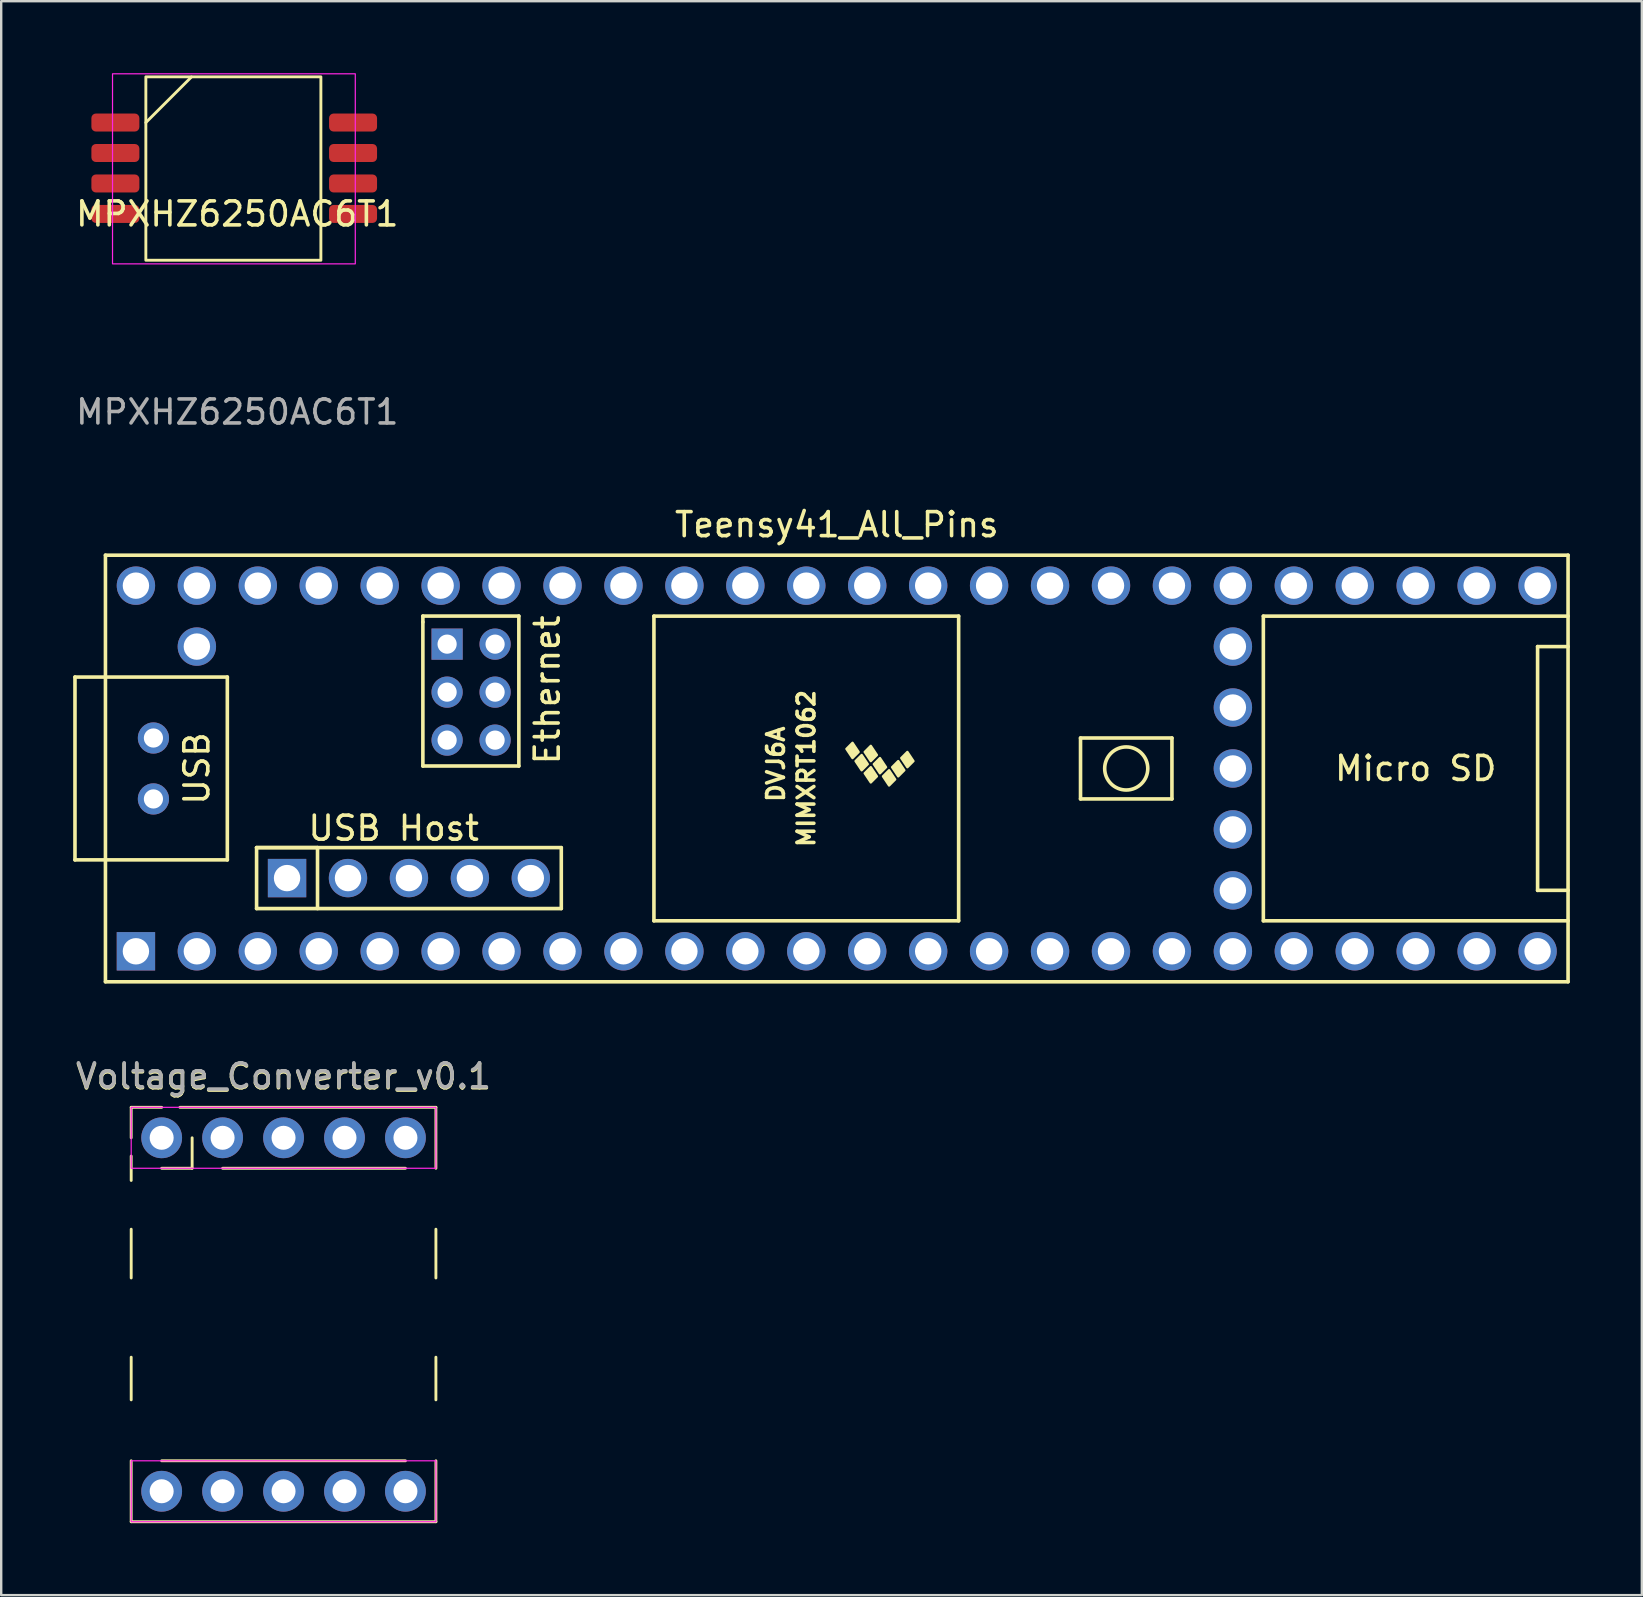
<source format=kicad_pcb>
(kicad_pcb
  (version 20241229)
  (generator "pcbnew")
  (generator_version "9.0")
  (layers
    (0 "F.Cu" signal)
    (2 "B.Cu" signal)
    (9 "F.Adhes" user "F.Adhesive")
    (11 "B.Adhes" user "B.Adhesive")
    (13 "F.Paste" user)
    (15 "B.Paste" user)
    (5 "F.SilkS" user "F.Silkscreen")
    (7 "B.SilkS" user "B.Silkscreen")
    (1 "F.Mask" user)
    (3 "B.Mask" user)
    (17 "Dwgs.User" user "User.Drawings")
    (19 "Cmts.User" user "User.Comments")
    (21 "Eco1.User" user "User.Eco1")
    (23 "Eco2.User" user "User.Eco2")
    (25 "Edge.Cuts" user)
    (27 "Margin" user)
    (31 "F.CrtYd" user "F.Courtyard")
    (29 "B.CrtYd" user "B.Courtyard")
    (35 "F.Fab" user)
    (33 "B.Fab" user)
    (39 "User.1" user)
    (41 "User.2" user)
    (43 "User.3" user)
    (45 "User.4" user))
  (footprint "Voltage_Converter_v0.1"
    (layer "F.Cu")
    (at 8.768 51.992)
    (property "Reference" "Voltage_Converter_v0.1" (at 0 -10.16 0) (unlocked yes) (layer "F.SilkS") (effects (font (size 1 1) (thickness 0.15))))
    (attr through_hole)
    (fp_line (start -6.35 -8.89) (end -5.08 -8.89) (stroke (width 0.12) (type default)) (layer "F.SilkS"))
    (fp_line (start -6.35 -7.62) (end -6.35 -8.89) (stroke (width 0.12) (type default)) (layer "F.SilkS"))
    (fp_line (start -6.35 -5.842) (end -6.35 -6.858) (stroke (width 0.12) (type default)) (layer "F.SilkS"))
    (fp_line (start -6.35 -3.81) (end -6.35 -1.778) (stroke (width 0.12) (type default)) (layer "F.SilkS"))
    (fp_line (start -6.35 1.524) (end -6.35 3.302) (stroke (width 0.12) (type default)) (layer "F.SilkS"))
    (fp_line (start -6.35 8.382) (end -6.35 5.842) (stroke (width 0.12) (type default)) (layer "F.SilkS"))
    (fp_line (start -5.08 -6.35) (end -3.81 -6.35) (stroke (width 0.12) (type default)) (layer "F.SilkS"))
    (fp_line (start -5.08 5.842) (end 5.08 5.842) (stroke (width 0.12) (type default)) (layer "F.SilkS"))
    (fp_line (start -4.318 -8.89) (end 6.35 -8.89) (stroke (width 0.12) (type default)) (layer "F.SilkS"))
    (fp_line (start -3.81 -6.35) (end -3.81 -7.62) (stroke (width 0.12) (type default)) (layer "F.SilkS"))
    (fp_line (start -2.54 -6.35) (end 5.08 -6.35) (stroke (width 0.12) (type default)) (layer "F.SilkS"))
    (fp_line (start 6.35 -8.89) (end 6.35 -6.35) (stroke (width 0.12) (type default)) (layer "F.SilkS"))
    (fp_line (start 6.35 -3.81) (end 6.35 -1.778) (stroke (width 0.12) (type default)) (layer "F.SilkS"))
    (fp_line (start 6.35 1.524) (end 6.35 3.302) (stroke (width 0.12) (type default)) (layer "F.SilkS"))
    (fp_line (start 6.35 5.842) (end 6.35 8.382) (stroke (width 0.12) (type default)) (layer "F.SilkS"))
    (fp_line (start 6.35 8.382) (end -6.35 8.382) (stroke (width 0.12) (type default)) (layer "F.SilkS"))
    (fp_rect (start -6.35 -8.89) (end 6.35 -6.35) (stroke (width 0.05) (type default)) (fill no) (layer "F.CrtYd"))
    (fp_rect (start -6.35 5.842) (end 6.35 8.382) (stroke (width 0.05) (type default)) (fill no) (layer "F.CrtYd"))
    (fp_text user "${REFERENCE}" (at 0 -10.2 0) (unlocked yes) (layer "F.Fab") (effects (font (size 1 1) (thickness 0.15))))
    (pad "1" thru_hole circle (at -5.08 -7.62) (size 1.7 1.7) (drill 1) (layers "*.Cu" "*.Mask"))
    (pad "2" thru_hole circle (at -2.54 -7.62) (size 1.7 1.7) (drill 1) (layers "*.Cu" "*.Mask"))
    (pad "3" thru_hole circle (at 0 -7.62) (size 1.7 1.7) (drill 1) (layers "*.Cu" "*.Mask"))
    (pad "4" thru_hole circle (at 2.54 -7.62) (size 1.7 1.7) (drill 1) (layers "*.Cu" "*.Mask"))
    (pad "5" thru_hole circle (at 5.08 -7.62) (size 1.7 1.7) (drill 1) (layers "*.Cu" "*.Mask"))
    (pad "6" thru_hole circle (at -5.08 7.112) (size 1.7 1.7) (drill 1) (layers "*.Cu" "*.Mask"))
    (pad "7" thru_hole circle (at -2.54 7.112) (size 1.7 1.7) (drill 1) (layers "*.Cu" "*.Mask"))
    (pad "8" thru_hole circle (at 0 7.112) (size 1.7 1.7) (drill 1) (layers "*.Cu" "*.Mask"))
    (pad "9" thru_hole circle (at 2.54 7.112) (size 1.7 1.7) (drill 1) (layers "*.Cu" "*.Mask"))
    (pad "10" thru_hole circle (at 5.08 7.112) (size 1.7 1.7) (drill 1) (layers "*.Cu" "*.Mask")))
  (footprint "MPXHZ6250AC6T1"
    (layer "F.Cu")
    (at 6.839 3.327)
    (property "Reference" "MPXHZ6250AC6T1" (at 0 2.54 0) (unlocked yes) (layer "F.SilkS") (effects (font (size 1 1) (thickness 0.15))))
    (attr smd)
    (fp_line (start -3.81 -1.27) (end -1.91 -3.17) (stroke (width 0.12) (type default)) (layer "F.SilkS"))
    (fp_rect (start -3.81 -3.175) (end 3.485 4.47) (stroke (width 0.12) (type default)) (fill no) (layer "F.SilkS"))
    (fp_rect (start -5.199 -3.302) (end 4.919 4.62) (stroke (width 0.05) (type default)) (fill no) (layer "F.CrtYd"))
    (fp_text user "${REFERENCE}" (at 0 10.795 0) (unlocked yes) (layer "F.Fab") (effects (font (size 1 1) (thickness 0.15))))
    (pad "1" smd roundrect (at -5.08 -1.27) (size 2 0.75) (layers "F.Cu" "F.Mask" "F.Paste") (roundrect_rratio 0.25))
    (pad "2" smd roundrect (at -5.08 0) (size 2 0.75) (layers "F.Cu" "F.Mask" "F.Paste") (roundrect_rratio 0.25))
    (pad "3" smd roundrect (at -5.08 1.27) (size 2 0.75) (layers "F.Cu" "F.Mask" "F.Paste") (roundrect_rratio 0.25))
    (pad "4" smd roundrect (at -5.08 2.54) (size 2 0.75) (layers "F.Cu" "F.Mask" "F.Paste") (roundrect_rratio 0.25))
    (pad "5" smd roundrect (at 4.826 2.54) (size 2 0.75) (layers "F.Cu" "F.Mask" "F.Paste") (roundrect_rratio 0.25))
    (pad "6" smd roundrect (at 4.826 1.27) (size 2 0.75) (layers "F.Cu" "F.Mask" "F.Paste") (roundrect_rratio 0.25))
    (pad "7" smd roundrect (at 4.826 0) (size 2 0.75) (layers "F.Cu" "F.Mask" "F.Paste") (roundrect_rratio 0.25))
    (pad "8" smd roundrect (at 4.826 -1.27) (size 2 0.75) (layers "F.Cu" "F.Mask" "F.Paste") (roundrect_rratio 0.25)))
  (footprint "Teensy41_All_Pins"
    (layer "F.Cu")
    (at 31.825 28.979)
    (property "Reference" "Teensy41_All_Pins" (at 0 -10.16 0) (layer "F.SilkS") (effects (font (size 1 1) (thickness 0.15))))
    (attr through_hole)
    (fp_line (start -31.75 -3.81) (end -30.48 -3.81) (stroke (width 0.15) (type solid)) (layer "F.SilkS"))
    (fp_line (start -31.75 3.81) (end -31.75 -3.81) (stroke (width 0.15) (type solid)) (layer "F.SilkS"))
    (fp_line (start -30.48 -8.89) (end 30.48 -8.89) (stroke (width 0.15) (type solid)) (layer "F.SilkS"))
    (fp_line (start -30.48 3.81) (end -31.75 3.81) (stroke (width 0.15) (type solid)) (layer "F.SilkS"))
    (fp_line (start -30.48 8.89) (end -30.48 -8.89) (stroke (width 0.15) (type solid)) (layer "F.SilkS"))
    (fp_line (start -25.4 -3.81) (end -30.48 -3.81) (stroke (width 0.15) (type solid)) (layer "F.SilkS"))
    (fp_line (start -25.4 3.81) (end -30.48 3.81) (stroke (width 0.15) (type solid)) (layer "F.SilkS"))
    (fp_line (start -25.4 3.81) (end -25.4 -3.81) (stroke (width 0.15) (type solid)) (layer "F.SilkS"))
    (fp_line (start -24.181 3.299) (end -21.641 3.299) (stroke (width 0.15) (type solid)) (layer "F.SilkS"))
    (fp_line (start -24.181 3.299) (end -11.481 3.299) (stroke (width 0.15) (type solid)) (layer "F.SilkS"))
    (fp_line (start -24.181 5.839) (end -24.181 3.299) (stroke (width 0.15) (type solid)) (layer "F.SilkS"))
    (fp_line (start -21.641 3.299) (end -21.641 5.839) (stroke (width 0.15) (type solid)) (layer "F.SilkS"))
    (fp_line (start -17.25 -6.352) (end -17.25 -6.102) (stroke (width 0.15) (type solid)) (layer "F.SilkS"))
    (fp_line (start -17.25 -6.102) (end -17.25 -0.102) (stroke (width 0.15) (type solid)) (layer "F.SilkS"))
    (fp_line (start -17.25 -0.102) (end -13.25 -0.102) (stroke (width 0.15) (type solid)) (layer "F.SilkS"))
    (fp_line (start -13.25 -6.352) (end -17.25 -6.352) (stroke (width 0.15) (type solid)) (layer "F.SilkS"))
    (fp_line (start -13.25 -0.102) (end -13.25 -6.352) (stroke (width 0.15) (type solid)) (layer "F.SilkS"))
    (fp_line (start -11.481 3.299) (end -11.481 5.839) (stroke (width 0.15) (type solid)) (layer "F.SilkS"))
    (fp_line (start -11.481 5.839) (end -24.181 5.839) (stroke (width 0.15) (type solid)) (layer "F.SilkS"))
    (fp_line (start -7.62 -6.35) (end -7.62 6.35) (stroke (width 0.15) (type solid)) (layer "F.SilkS"))
    (fp_line (start -7.62 6.35) (end 5.08 6.35) (stroke (width 0.15) (type solid)) (layer "F.SilkS"))
    (fp_line (start 5.08 -6.35) (end -7.62 -6.35) (stroke (width 0.15) (type solid)) (layer "F.SilkS"))
    (fp_line (start 5.08 6.35) (end 5.08 -6.35) (stroke (width 0.15) (type solid)) (layer "F.SilkS"))
    (fp_line (start 10.16 -1.27) (end 13.97 -1.27) (stroke (width 0.15) (type solid)) (layer "F.SilkS"))
    (fp_line (start 10.16 1.27) (end 10.16 -1.27) (stroke (width 0.15) (type solid)) (layer "F.SilkS"))
    (fp_line (start 13.97 -1.27) (end 13.97 1.27) (stroke (width 0.15) (type solid)) (layer "F.SilkS"))
    (fp_line (start 13.97 1.27) (end 10.16 1.27) (stroke (width 0.15) (type solid)) (layer "F.SilkS"))
    (fp_line (start 17.78 -6.35) (end 17.78 6.35) (stroke (width 0.15) (type solid)) (layer "F.SilkS"))
    (fp_line (start 17.78 6.35) (end 30.48 6.35) (stroke (width 0.15) (type solid)) (layer "F.SilkS"))
    (fp_line (start 29.21 -5.08) (end 29.21 5.08) (stroke (width 0.15) (type solid)) (layer "F.SilkS"))
    (fp_line (start 29.21 5.08) (end 30.48 5.08) (stroke (width 0.15) (type solid)) (layer "F.SilkS"))
    (fp_line (start 30.48 -8.89) (end 30.48 8.89) (stroke (width 0.15) (type solid)) (layer "F.SilkS"))
    (fp_line (start 30.48 -6.35) (end 17.78 -6.35) (stroke (width 0.15) (type solid)) (layer "F.SilkS"))
    (fp_line (start 30.48 -5.08) (end 29.21 -5.08) (stroke (width 0.15) (type solid)) (layer "F.SilkS"))
    (fp_line (start 30.48 8.89) (end -30.48 8.89) (stroke (width 0.15) (type solid)) (layer "F.SilkS"))
    (fp_circle (center 12.065 0) (end 12.7 -0.635) (stroke (width 0.15) (type solid)) (fill no) (layer "F.SilkS"))
    (fp_poly (pts (xy 0.911 -0.688) (xy 0.657 -0.434) (xy 0.403 -0.815) (xy 0.657 -1.069)) (stroke (width 0.1) (type solid)) (fill yes) (layer "F.SilkS"))
    (fp_poly (pts (xy 1.292 -0.18) (xy 1.038 0.074) (xy 0.784 -0.307) (xy 1.038 -0.561)) (stroke (width 0.1) (type solid)) (fill yes) (layer "F.SilkS"))
    (fp_poly (pts (xy 1.673 -0.561) (xy 1.419 -0.307) (xy 1.165 -0.688) (xy 1.419 -0.942)) (stroke (width 0.1) (type solid)) (fill yes) (layer "F.SilkS"))
    (fp_poly (pts (xy 1.673 0.328) (xy 1.419 0.582) (xy 1.165 0.201) (xy 1.419 -0.053)) (stroke (width 0.1) (type solid)) (fill yes) (layer "F.SilkS"))
    (fp_poly (pts (xy 2.054 -0.053) (xy 1.8 0.201) (xy 1.546 -0.18) (xy 1.8 -0.434)) (stroke (width 0.1) (type solid)) (fill yes) (layer "F.SilkS"))
    (fp_poly (pts (xy 2.435 0.455) (xy 2.181 0.709) (xy 1.927 0.328) (xy 2.181 0.074)) (stroke (width 0.1) (type solid)) (fill yes) (layer "F.SilkS"))
    (fp_poly (pts (xy 2.816 0.074) (xy 2.562 0.328) (xy 2.308 -0.053) (xy 2.562 -0.307)) (stroke (width 0.1) (type solid)) (fill yes) (layer "F.SilkS"))
    (fp_poly (pts (xy 3.197 -0.307) (xy 2.943 -0.053) (xy 2.689 -0.434) (xy 2.943 -0.688)) (stroke (width 0.1) (type solid)) (fill yes) (layer "F.SilkS"))
    (fp_text user "DVJ6A" (at -2.54 -0.18 270) (layer "F.SilkS") (effects (font (size 0.7 0.7) (thickness 0.15))))
    (fp_text user "USB Host" (at -18.466 2.489 0) (layer "F.SilkS") (effects (font (size 1 1) (thickness 0.15))))
    (fp_text user "MIMXRT1062" (at -1.27 0 270) (layer "F.SilkS") (effects (font (size 0.7 0.7) (thickness 0.15))))
    (fp_text user "Micro SD" (at 24.13 0 0) (layer "F.SilkS") (effects (font (size 1 1) (thickness 0.15))))
    (fp_text user "USB" (at -26.67 0 270) (layer "F.SilkS") (effects (font (size 1 1) (thickness 0.15))))
    (fp_text user "Ethernet" (at -12.065 -3.277 90) (layer "F.SilkS") (effects (font (size 1 1) (thickness 0.15))))
    (pad "1" thru_hole rect (at -29.21 7.62) (size 1.6 1.6) (drill 1.1) (layers "*.Cu" "*.Mask"))
    (pad "2" thru_hole circle (at -26.67 7.62) (size 1.6 1.6) (drill 1.1) (layers "*.Cu" "*.Mask"))
    (pad "3" thru_hole circle (at -24.13 7.62) (size 1.6 1.6) (drill 1.1) (layers "*.Cu" "*.Mask"))
    (pad "4" thru_hole circle (at -21.59 7.62) (size 1.6 1.6) (drill 1.1) (layers "*.Cu" "*.Mask"))
    (pad "5" thru_hole circle (at -19.05 7.62) (size 1.6 1.6) (drill 1.1) (layers "*.Cu" "*.Mask"))
    (pad "6" thru_hole circle (at -16.51 7.62) (size 1.6 1.6) (drill 1.1) (layers "*.Cu" "*.Mask"))
    (pad "7" thru_hole circle (at -13.97 7.62) (size 1.6 1.6) (drill 1.1) (layers "*.Cu" "*.Mask"))
    (pad "8" thru_hole circle (at -11.43 7.62) (size 1.6 1.6) (drill 1.1) (layers "*.Cu" "*.Mask"))
    (pad "9" thru_hole circle (at -8.89 7.62) (size 1.6 1.6) (drill 1.1) (layers "*.Cu" "*.Mask"))
    (pad "10" thru_hole circle (at -6.35 7.62) (size 1.6 1.6) (drill 1.1) (layers "*.Cu" "*.Mask"))
    (pad "11" thru_hole circle (at -3.81 7.62) (size 1.6 1.6) (drill 1.1) (layers "*.Cu" "*.Mask"))
    (pad "12" thru_hole circle (at -1.27 7.62) (size 1.6 1.6) (drill 1.1) (layers "*.Cu" "*.Mask"))
    (pad "13" thru_hole circle (at 1.27 7.62) (size 1.6 1.6) (drill 1.1) (layers "*.Cu" "*.Mask"))
    (pad "14" thru_hole circle (at 3.81 7.62) (size 1.6 1.6) (drill 1.1) (layers "*.Cu" "*.Mask"))
    (pad "15" thru_hole circle (at 6.35 7.62) (size 1.6 1.6) (drill 1.1) (layers "*.Cu" "*.Mask"))
    (pad "16" thru_hole circle (at 8.89 7.62) (size 1.6 1.6) (drill 1.1) (layers "*.Cu" "*.Mask"))
    (pad "17" thru_hole circle (at 11.43 7.62) (size 1.6 1.6) (drill 1.1) (layers "*.Cu" "*.Mask"))
    (pad "18" thru_hole circle (at 13.97 7.62) (size 1.6 1.6) (drill 1.1) (layers "*.Cu" "*.Mask"))
    (pad "19" thru_hole circle (at 16.51 7.62) (size 1.6 1.6) (drill 1.1) (layers "*.Cu" "*.Mask"))
    (pad "20" thru_hole circle (at 19.05 7.62) (size 1.6 1.6) (drill 1.1) (layers "*.Cu" "*.Mask"))
    (pad "21" thru_hole circle (at 21.59 7.62) (size 1.6 1.6) (drill 1.1) (layers "*.Cu" "*.Mask"))
    (pad "22" thru_hole circle (at 24.13 7.62) (size 1.6 1.6) (drill 1.1) (layers "*.Cu" "*.Mask"))
    (pad "23" thru_hole circle (at 26.67 7.62) (size 1.6 1.6) (drill 1.1) (layers "*.Cu" "*.Mask"))
    (pad "24" thru_hole circle (at 29.21 7.62) (size 1.6 1.6) (drill 1.1) (layers "*.Cu" "*.Mask"))
    (pad "25" thru_hole circle (at 29.21 -7.62) (size 1.6 1.6) (drill 1.1) (layers "*.Cu" "*.Mask"))
    (pad "26" thru_hole circle (at 26.67 -7.62) (size 1.6 1.6) (drill 1.1) (layers "*.Cu" "*.Mask"))
    (pad "27" thru_hole circle (at 24.13 -7.62) (size 1.6 1.6) (drill 1.1) (layers "*.Cu" "*.Mask"))
    (pad "28" thru_hole circle (at 21.59 -7.62) (size 1.6 1.6) (drill 1.1) (layers "*.Cu" "*.Mask"))
    (pad "29" thru_hole circle (at 19.05 -7.62) (size 1.6 1.6) (drill 1.1) (layers "*.Cu" "*.Mask"))
    (pad "30" thru_hole circle (at 16.51 -7.62) (size 1.6 1.6) (drill 1.1) (layers "*.Cu" "*.Mask"))
    (pad "31" thru_hole circle (at 13.97 -7.62) (size 1.6 1.6) (drill 1.1) (layers "*.Cu" "*.Mask"))
    (pad "32" thru_hole circle (at 11.43 -7.62) (size 1.6 1.6) (drill 1.1) (layers "*.Cu" "*.Mask"))
    (pad "33" thru_hole circle (at 8.89 -7.62) (size 1.6 1.6) (drill 1.1) (layers "*.Cu" "*.Mask"))
    (pad "34" thru_hole circle (at 6.35 -7.62) (size 1.6 1.6) (drill 1.1) (layers "*.Cu" "*.Mask"))
    (pad "35" thru_hole circle (at 3.81 -7.62) (size 1.6 1.6) (drill 1.1) (layers "*.Cu" "*.Mask"))
    (pad "36" thru_hole circle (at 1.27 -7.62) (size 1.6 1.6) (drill 1.1) (layers "*.Cu" "*.Mask"))
    (pad "37" thru_hole circle (at -1.27 -7.62) (size 1.6 1.6) (drill 1.1) (layers "*.Cu" "*.Mask"))
    (pad "38" thru_hole circle (at -3.81 -7.62) (size 1.6 1.6) (drill 1.1) (layers "*.Cu" "*.Mask"))
    (pad "39" thru_hole circle (at -6.35 -7.62) (size 1.6 1.6) (drill 1.1) (layers "*.Cu" "*.Mask"))
    (pad "40" thru_hole circle (at -8.89 -7.62) (size 1.6 1.6) (drill 1.1) (layers "*.Cu" "*.Mask"))
    (pad "41" thru_hole circle (at -11.43 -7.62) (size 1.6 1.6) (drill 1.1) (layers "*.Cu" "*.Mask"))
    (pad "42" thru_hole circle (at -13.97 -7.62) (size 1.6 1.6) (drill 1.1) (layers "*.Cu" "*.Mask"))
    (pad "43" thru_hole circle (at -16.51 -7.62) (size 1.6 1.6) (drill 1.1) (layers "*.Cu" "*.Mask"))
    (pad "44" thru_hole circle (at -19.05 -7.62) (size 1.6 1.6) (drill 1.1) (layers "*.Cu" "*.Mask"))
    (pad "45" thru_hole circle (at -21.59 -7.62) (size 1.6 1.6) (drill 1.1) (layers "*.Cu" "*.Mask"))
    (pad "46" thru_hole circle (at -24.13 -7.62) (size 1.6 1.6) (drill 1.1) (layers "*.Cu" "*.Mask"))
    (pad "47" thru_hole circle (at -26.67 -7.62) (size 1.6 1.6) (drill 1.1) (layers "*.Cu" "*.Mask"))
    (pad "48" thru_hole circle (at -29.21 -7.62) (size 1.6 1.6) (drill 1.1) (layers "*.Cu" "*.Mask"))
    (pad "49" thru_hole circle (at -26.67 -5.08) (size 1.6 1.6) (drill 1.1) (layers "*.Cu" "*.Mask"))
    (pad "50" thru_hole circle (at 16.51 5.08) (size 1.6 1.6) (drill 1.1) (layers "*.Cu" "*.Mask"))
    (pad "51" thru_hole circle (at 16.51 2.54) (size 1.6 1.6) (drill 1.1) (layers "*.Cu" "*.Mask"))
    (pad "52" thru_hole circle (at 16.51 0) (size 1.6 1.6) (drill 1.1) (layers "*.Cu" "*.Mask"))
    (pad "53" thru_hole circle (at 16.51 -2.54) (size 1.6 1.6) (drill 1.1) (layers "*.Cu" "*.Mask"))
    (pad "54" thru_hole circle (at 16.51 -5.08) (size 1.6 1.6) (drill 1.1) (layers "*.Cu" "*.Mask"))
    (pad "55" thru_hole rect (at -22.911 4.569) (size 1.6 1.6) (drill 1.1) (layers "*.Cu" "*.Mask"))
    (pad "56" thru_hole circle (at -20.371 4.569) (size 1.6 1.6) (drill 1.1) (layers "*.Cu" "*.Mask"))
    (pad "57" thru_hole circle (at -17.831 4.569) (size 1.6 1.6) (drill 1.1) (layers "*.Cu" "*.Mask"))
    (pad "58" thru_hole circle (at -15.291 4.569) (size 1.6 1.6) (drill 1.1) (layers "*.Cu" "*.Mask"))
    (pad "59" thru_hole circle (at -12.751 4.569) (size 1.6 1.6) (drill 1.1) (layers "*.Cu" "*.Mask"))
    (pad "60" thru_hole rect (at -16.24 -5.182) (size 1.3 1.3) (drill 0.8) (layers "*.Cu" "*.Mask"))
    (pad "61" thru_hole circle (at -16.24 -3.182) (size 1.3 1.3) (drill 0.8) (layers "*.Cu" "*.Mask"))
    (pad "62" thru_hole circle (at -16.24 -1.182) (size 1.3 1.3) (drill 0.8) (layers "*.Cu" "*.Mask"))
    (pad "63" thru_hole circle (at -14.24 -1.182) (size 1.3 1.3) (drill 0.8) (layers "*.Cu" "*.Mask"))
    (pad "64" thru_hole circle (at -14.24 -3.182) (size 1.3 1.3) (drill 0.8) (layers "*.Cu" "*.Mask"))
    (pad "65" thru_hole circle (at -14.24 -5.182) (size 1.3 1.3) (drill 0.8) (layers "*.Cu" "*.Mask"))
    (pad "66" thru_hole circle (at -28.48 -1.27) (size 1.3 1.3) (drill 0.8) (layers "*.Cu" "*.Mask"))
    (pad "67" thru_hole circle (at -28.48 1.27) (size 1.3 1.3) (drill 0.8) (layers "*.Cu" "*.Mask")))
  (gr_rect
    (start -3 -3)
    (end 65.38 63.434)
    (stroke (width 0.1) (type default))
    (fill no)
    (layer "Edge.Cuts")))
</source>
